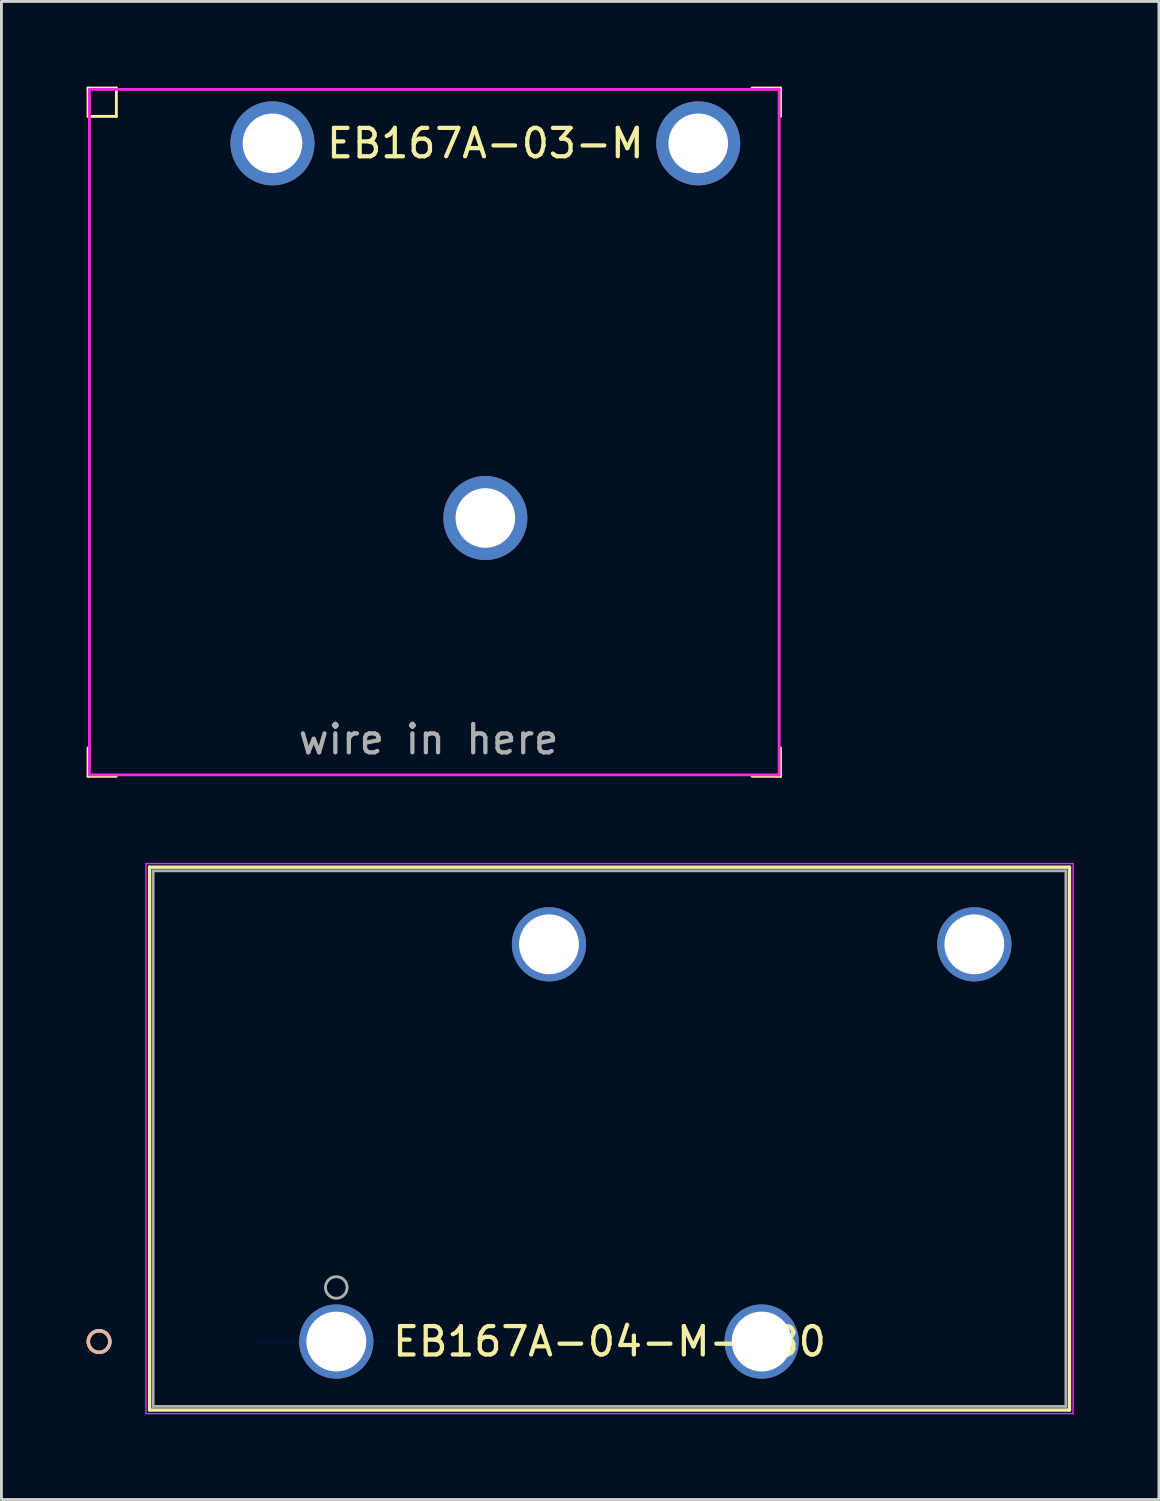
<source format=kicad_pcb>
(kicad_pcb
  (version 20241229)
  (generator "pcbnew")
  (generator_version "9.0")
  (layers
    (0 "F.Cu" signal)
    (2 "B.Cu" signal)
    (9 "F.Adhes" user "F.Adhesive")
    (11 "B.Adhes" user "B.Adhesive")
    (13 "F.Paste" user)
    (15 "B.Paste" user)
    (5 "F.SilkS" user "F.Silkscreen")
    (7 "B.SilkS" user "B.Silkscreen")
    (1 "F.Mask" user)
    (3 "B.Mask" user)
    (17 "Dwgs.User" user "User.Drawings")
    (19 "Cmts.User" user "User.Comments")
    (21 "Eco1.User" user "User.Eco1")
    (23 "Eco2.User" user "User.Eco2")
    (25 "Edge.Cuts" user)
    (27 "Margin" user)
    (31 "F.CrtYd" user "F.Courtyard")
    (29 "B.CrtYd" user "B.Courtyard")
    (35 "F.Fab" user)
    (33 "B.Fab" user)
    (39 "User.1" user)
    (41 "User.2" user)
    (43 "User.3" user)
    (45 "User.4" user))
  (footprint "EB167A-03-M"
    (layer "F.Cu")
    (at 6.55 2)
    (property "Reference" "EB167A-03-M" (at 7.5 0 180) (layer "F.SilkS") (effects (font (size 1 1) (thickness 0.15))))
    (attr through_hole)
    (fp_line (start -6.5 -1.95) (end -5.5 -1.95) (stroke (width 0.1) (type solid)) (layer "F.SilkS"))
    (fp_line (start -6.5 -0.95) (end -6.5 -1.95) (stroke (width 0.1) (type solid)) (layer "F.SilkS"))
    (fp_line (start -6.5 22.3) (end -6.5 21.3) (stroke (width 0.1) (type solid)) (layer "F.SilkS"))
    (fp_line (start -5.5 -1.95) (end -5.5 -0.95) (stroke (width 0.1) (type solid)) (layer "F.SilkS"))
    (fp_line (start -5.5 -0.95) (end -6.5 -0.95) (stroke (width 0.1) (type solid)) (layer "F.SilkS"))
    (fp_line (start -5.5 22.3) (end -6.5 22.3) (stroke (width 0.1) (type solid)) (layer "F.SilkS"))
    (fp_line (start 16.9 -1.95) (end 17.9 -1.95) (stroke (width 0.1) (type solid)) (layer "F.SilkS"))
    (fp_line (start 17.9 -1.95) (end 17.9 -0.95) (stroke (width 0.1) (type solid)) (layer "F.SilkS"))
    (fp_line (start 17.9 21.3) (end 17.9 22.3) (stroke (width 0.1) (type solid)) (layer "F.SilkS"))
    (fp_line (start 17.9 22.3) (end 16.9 22.3) (stroke (width 0.1) (type solid)) (layer "F.SilkS"))
    (fp_line (start -6.45 -1.9) (end -6.45 22.25) (stroke (width 0.1) (type solid)) (layer "F.CrtYd"))
    (fp_line (start -6.45 -1.9) (end 17.85 -1.9) (stroke (width 0.1) (type solid)) (layer "F.CrtYd"))
    (fp_line (start -6.45 22.25) (end 17.85 22.25) (stroke (width 0.1) (type solid)) (layer "F.CrtYd"))
    (fp_line (start 17.85 22.25) (end 17.85 -1.9) (stroke (width 0.1) (type solid)) (layer "F.CrtYd"))
    (fp_text user "wire in here" (at 5.5 21 0) (layer "F.Fab") (effects (font (size 1 1) (thickness 0.15))))
    (pad "1" thru_hole circle (at 0 0) (size 2.96 2.96) (drill 2.1) (layers "*.Cu" "*.Mask"))
    (pad "2" thru_hole circle (at 7.5 13.2) (size 2.96 2.96) (drill 2.1) (layers "*.Cu" "*.Mask"))
    (pad "3" thru_hole circle (at 15 0) (size 2.96 2.96) (drill 2.1) (layers "*.Cu" "*.Mask")))
  (footprint "EB167A-04-M-180"
    (layer "F.Cu")
    (at 8.798 44.215)
    (property "Reference" "EB167A-04-M-180" (at 9.627 0 0) (layer "F.SilkS") (effects (font (size 1 1) (thickness 0.15))))
    (attr through_hole)
    (fp_line (start -6.579 -16.713) (end -6.579 2.413) (stroke (width 0.12) (type solid)) (layer "F.SilkS"))
    (fp_line (start -6.579 2.413) (end 25.832 2.413) (stroke (width 0.12) (type solid)) (layer "F.SilkS"))
    (fp_line (start 25.832 -16.713) (end -6.579 -16.713) (stroke (width 0.12) (type solid)) (layer "F.SilkS"))
    (fp_line (start 25.832 2.413) (end 25.832 -16.713) (stroke (width 0.12) (type solid)) (layer "F.SilkS"))
    (fp_circle (center -8.357 0) (end -7.976 0) (stroke (width 0.12) (type solid)) (fill no) (layer "F.SilkS"))
    (fp_circle (center -8.357 0) (end -7.976 0) (stroke (width 0.12) (type solid)) (fill no) (layer "B.SilkS"))
    (fp_line (start -6.706 -16.84) (end -6.706 2.54) (stroke (width 0.05) (type solid)) (layer "F.CrtYd"))
    (fp_line (start -6.706 2.54) (end 25.959 2.54) (stroke (width 0.05) (type solid)) (layer "F.CrtYd"))
    (fp_line (start 25.959 -16.84) (end -6.706 -16.84) (stroke (width 0.05) (type solid)) (layer "F.CrtYd"))
    (fp_line (start 25.959 2.54) (end 25.959 -16.84) (stroke (width 0.05) (type solid)) (layer "F.CrtYd"))
    (fp_line (start -6.452 -16.586) (end -6.452 2.286) (stroke (width 0.1) (type solid)) (layer "F.Fab"))
    (fp_line (start -6.452 2.286) (end 25.705 2.286) (stroke (width 0.1) (type solid)) (layer "F.Fab"))
    (fp_line (start 25.705 -16.586) (end -6.452 -16.586) (stroke (width 0.1) (type solid)) (layer "F.Fab"))
    (fp_line (start 25.705 2.286) (end 25.705 -16.586) (stroke (width 0.1) (type solid)) (layer "F.Fab"))
    (fp_circle (center 0 -1.905) (end 0.381 -1.905) (stroke (width 0.1) (type solid)) (fill no) (layer "F.Fab"))
    (fp_text user "*" (at 0 0 0) (layer "F.SilkS") (effects (font (size 1 1) (thickness 0.15))))
    (fp_text user "Copyright 2021 Accelerated Designs. All rights reserved." (at 0 0 0) (layer "Cmts.User") (effects (font (size 0.127 0.127) (thickness 0.002))))
    (fp_text user "*" (at 0 0 0) (layer "F.Fab") (effects (font (size 1 1) (thickness 0.15))))
    (pad "1" thru_hole circle (at 0 0) (size 2.616 2.616) (drill 2.108) (layers "*.Cu" "*.Mask"))
    (pad "2" thru_hole circle (at 7.493 -13.995) (size 2.616 2.616) (drill 2.108) (layers "*.Cu" "*.Mask"))
    (pad "3" thru_hole circle (at 14.986 0) (size 2.616 2.616) (drill 2.108) (layers "*.Cu" "*.Mask"))
    (pad "4" thru_hole circle (at 22.479 -13.995) (size 2.616 2.616) (drill 2.108) (layers "*.Cu" "*.Mask")))
  (gr_rect
    (start -3 -3)
    (end 37.781 49.78)
    (stroke (width 0.1) (type default))
    (fill no)
    (layer "Edge.Cuts")))
</source>
